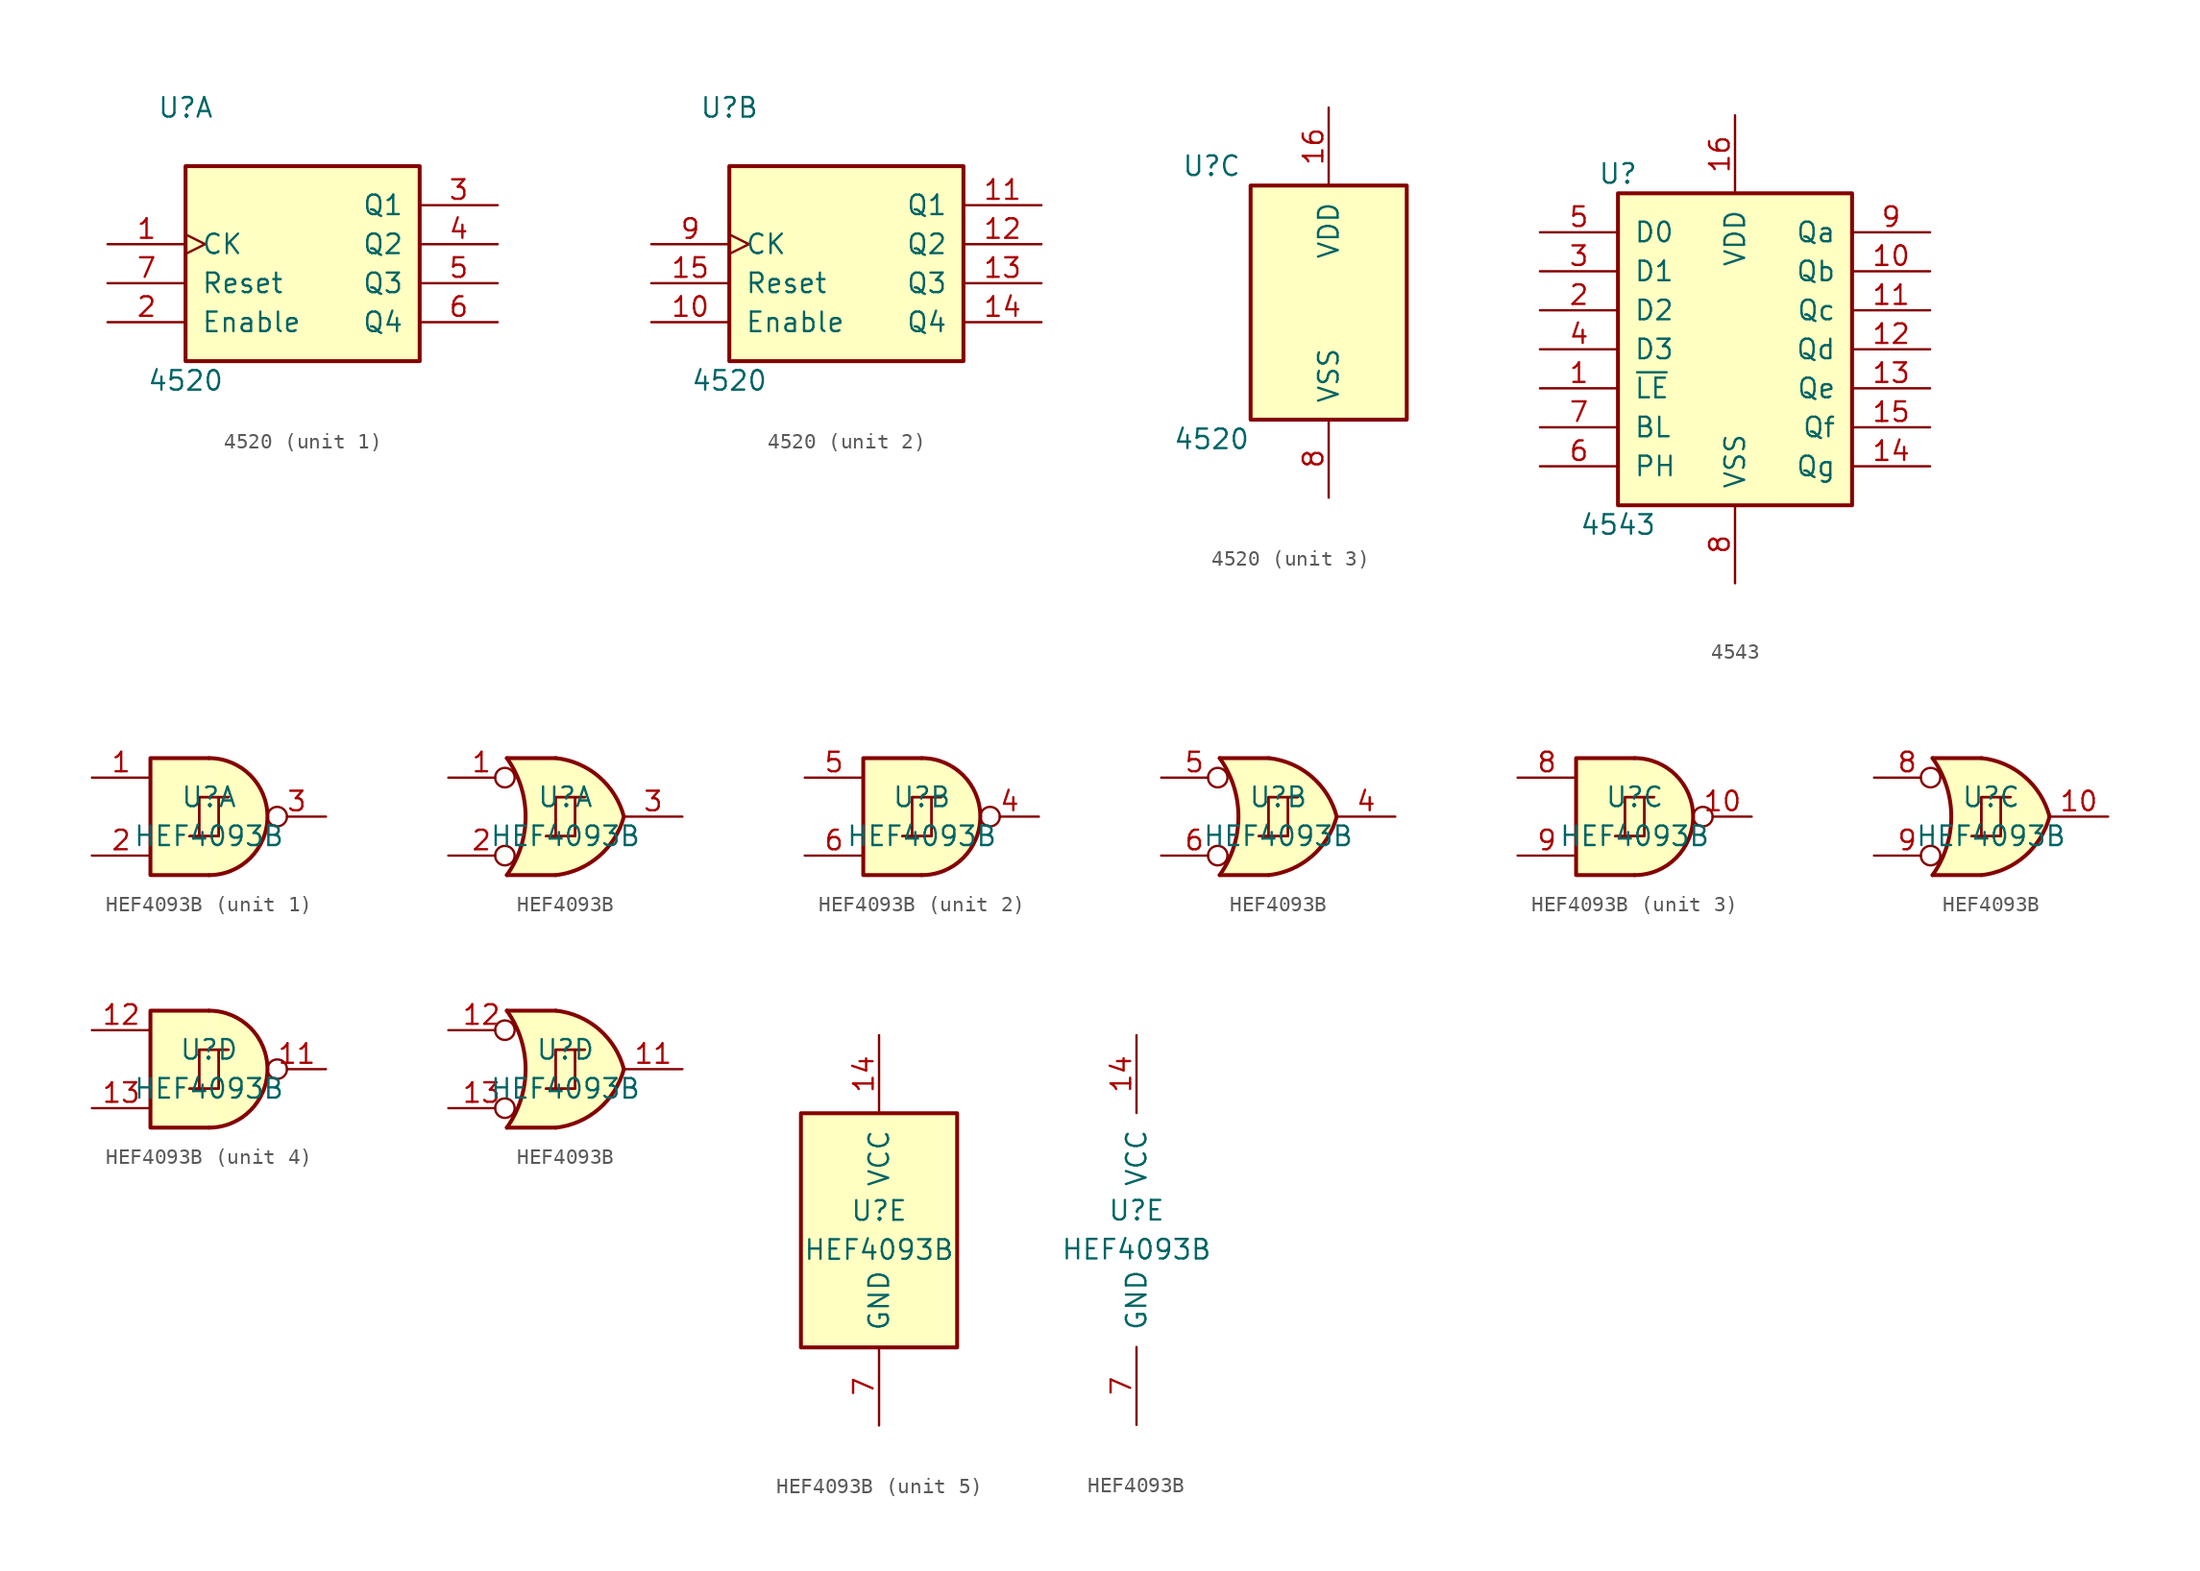
<source format=kicad_sym>
(kicad_symbol_lib
  (version 20220914)
  (generator kicad_symbol_editor)
  (symbol "4520"
    (pin_names
      (offset 1.016))
    (property "Reference" "U"
      (at -7.62 8.89 0)
      (effects (font (size 1.27 1.27))))
    (property "Value" "4520"
      (at -7.62 -8.89 0)
      (effects (font (size 1.27 1.27))))
    (property "ki_locked" ""
      (at 0 0 0)
      (effects (font (size 1.27 1.27))))
    (symbol "4520_1_0"
      (pin input clock (at -12.7 0 0) (length 5.08) (name "CK" (effects (font (size 1.27 1.27)))) (number "1" (effects (font (size 1.27 1.27)))))
      (pin input line (at -12.7 -5.08 0) (length 5.08) (name "Enable" (effects (font (size 1.27 1.27)))) (number "2" (effects (font (size 1.27 1.27)))))
      (pin output line (at 12.7 2.54 180) (length 5.08) (name "Q1" (effects (font (size 1.27 1.27)))) (number "3" (effects (font (size 1.27 1.27)))))
      (pin output line (at 12.7 0 180) (length 5.08) (name "Q2" (effects (font (size 1.27 1.27)))) (number "4" (effects (font (size 1.27 1.27)))))
      (pin output line (at 12.7 -2.54 180) (length 5.08) (name "Q3" (effects (font (size 1.27 1.27)))) (number "5" (effects (font (size 1.27 1.27)))))
      (pin output line (at 12.7 -5.08 180) (length 5.08) (name "Q4" (effects (font (size 1.27 1.27)))) (number "6" (effects (font (size 1.27 1.27)))))
      (pin input line (at -12.7 -2.54 0) (length 5.08) (name "Reset" (effects (font (size 1.27 1.27)))) (number "7" (effects (font (size 1.27 1.27))))))
    (symbol "4520_1_1"
      (rectangle (start -7.62 5.08) (end 7.62 -7.62) (stroke (width 0.254) (type default)) (fill (type background))))
    (symbol "4520_2_0"
      (pin input line (at -12.7 -5.08 0) (length 5.08) (name "Enable" (effects (font (size 1.27 1.27)))) (number "10" (effects (font (size 1.27 1.27)))))
      (pin output line (at 12.7 2.54 180) (length 5.08) (name "Q1" (effects (font (size 1.27 1.27)))) (number "11" (effects (font (size 1.27 1.27)))))
      (pin output line (at 12.7 0 180) (length 5.08) (name "Q2" (effects (font (size 1.27 1.27)))) (number "12" (effects (font (size 1.27 1.27)))))
      (pin output line (at 12.7 -2.54 180) (length 5.08) (name "Q3" (effects (font (size 1.27 1.27)))) (number "13" (effects (font (size 1.27 1.27)))))
      (pin output line (at 12.7 -5.08 180) (length 5.08) (name "Q4" (effects (font (size 1.27 1.27)))) (number "14" (effects (font (size 1.27 1.27)))))
      (pin input line (at -12.7 -2.54 0) (length 5.08) (name "Reset" (effects (font (size 1.27 1.27)))) (number "15" (effects (font (size 1.27 1.27)))))
      (pin input clock (at -12.7 0 0) (length 5.08) (name "CK" (effects (font (size 1.27 1.27)))) (number "9" (effects (font (size 1.27 1.27))))))
    (symbol "4520_2_1"
      (rectangle (start -7.62 5.08) (end 7.62 -7.62) (stroke (width 0.254) (type default)) (fill (type background))))
    (symbol "4520_3_0"
      (pin power_in line (at 0 12.7 270) (length 5.08) (name "VDD" (effects (font (size 1.27 1.27)))) (number "16" (effects (font (size 1.27 1.27)))))
      (pin power_in line (at 0 -12.7 90) (length 5.08) (name "VSS" (effects (font (size 1.27 1.27)))) (number "8" (effects (font (size 1.27 1.27))))))
    (symbol "4520_3_1"
      (rectangle (start -5.08 7.62) (end 5.08 -7.62) (stroke (width 0.254) (type default)) (fill (type background)))))
  (symbol "4543"
    (pin_names
      (offset 1.016))
    (property "Reference" "U"
      (at -7.62 11.43 0)
      (effects (font (size 1.27 1.27))))
    (property "Value" "4543"
      (at -7.62 -11.43 0)
      (effects (font (size 1.27 1.27))))
    (property "ki_locked" ""
      (at 0 0 0)
      (effects (font (size 1.27 1.27))))
    (symbol "4543_1_0"
      (pin input line (at -12.7 -2.54 0) (length 5.08) (name "~{LE}" (effects (font (size 1.27 1.27)))) (number "1" (effects (font (size 1.27 1.27)))))
      (pin output line (at 12.7 5.08 180) (length 5.08) (name "Qb" (effects (font (size 1.27 1.27)))) (number "10" (effects (font (size 1.27 1.27)))))
      (pin output line (at 12.7 2.54 180) (length 5.08) (name "Qc" (effects (font (size 1.27 1.27)))) (number "11" (effects (font (size 1.27 1.27)))))
      (pin output line (at 12.7 0 180) (length 5.08) (name "Qd" (effects (font (size 1.27 1.27)))) (number "12" (effects (font (size 1.27 1.27)))))
      (pin output line (at 12.7 -2.54 180) (length 5.08) (name "Qe" (effects (font (size 1.27 1.27)))) (number "13" (effects (font (size 1.27 1.27)))))
      (pin output line (at 12.7 -7.62 180) (length 5.08) (name "Qg" (effects (font (size 1.27 1.27)))) (number "14" (effects (font (size 1.27 1.27)))))
      (pin output line (at 12.7 -5.08 180) (length 5.08) (name "Qf" (effects (font (size 1.27 1.27)))) (number "15" (effects (font (size 1.27 1.27)))))
      (pin power_in line (at 0 15.24 270) (length 5.08) (name "VDD" (effects (font (size 1.27 1.27)))) (number "16" (effects (font (size 1.27 1.27)))))
      (pin input line (at -12.7 2.54 0) (length 5.08) (name "D2" (effects (font (size 1.27 1.27)))) (number "2" (effects (font (size 1.27 1.27)))))
      (pin input line (at -12.7 5.08 0) (length 5.08) (name "D1" (effects (font (size 1.27 1.27)))) (number "3" (effects (font (size 1.27 1.27)))))
      (pin input line (at -12.7 0 0) (length 5.08) (name "D3" (effects (font (size 1.27 1.27)))) (number "4" (effects (font (size 1.27 1.27)))))
      (pin input line (at -12.7 7.62 0) (length 5.08) (name "D0" (effects (font (size 1.27 1.27)))) (number "5" (effects (font (size 1.27 1.27)))))
      (pin input line (at -12.7 -7.62 0) (length 5.08) (name "PH" (effects (font (size 1.27 1.27)))) (number "6" (effects (font (size 1.27 1.27)))))
      (pin input line (at -12.7 -5.08 0) (length 5.08) (name "BL" (effects (font (size 1.27 1.27)))) (number "7" (effects (font (size 1.27 1.27)))))
      (pin power_in line (at 0 -15.24 90) (length 5.08) (name "VSS" (effects (font (size 1.27 1.27)))) (number "8" (effects (font (size 1.27 1.27)))))
      (pin output line (at 12.7 7.62 180) (length 5.08) (name "Qa" (effects (font (size 1.27 1.27)))) (number "9" (effects (font (size 1.27 1.27))))))
    (symbol "4543_1_1"
      (rectangle (start -7.62 10.16) (end 7.62 -10.16) (stroke (width 0.254) (type default)) (fill (type background)))))
  (symbol "HEF4093B"
    (pin_names
      (offset 1.016))
    (property "Reference" "U"
      (at 0 1.27 0)
      (effects (font (size 1.27 1.27))))
    (property "Value" "HEF4093B"
      (at 0 -1.27 0)
      (effects (font (size 1.27 1.27))))
    (property "ki_locked" ""
      (at 0 0 0)
      (effects (font (size 1.27 1.27))))
    (symbol "HEF4093B_1_0"
      (polyline (pts (xy -0.635 -1.27) (xy -0.635 1.27) (xy 0.635 1.27)) (stroke (width 0) (type default)) (fill (type none)))
      (polyline (pts (xy -0.635 -1.27) (xy -0.635 1.27) (xy 0.635 1.27)) (stroke (width 0) (type default)) (fill (type none)))
      (polyline (pts (xy -1.27 -1.27) (xy 0.635 -1.27) (xy 0.635 1.27) (xy 1.27 1.27)) (stroke (width 0) (type default)) (fill (type none)))
      (polyline (pts (xy -1.27 -1.27) (xy 0.635 -1.27) (xy 0.635 1.27) (xy 1.27 1.27)) (stroke (width 0) (type default)) (fill (type none))))
    (symbol "HEF4093B_1_1"
      (arc (start 0 -3.81) (mid 3.7934 0) (end 0 3.81) (stroke (width 0.254) (type default)) (fill (type background)))
      (polyline (pts (xy 0 3.81) (xy -3.81 3.81) (xy -3.81 -3.81) (xy 0 -3.81)) (stroke (width 0.254) (type default)) (fill (type background)))
      (pin input line (at -7.62 2.54 0) (length 3.81) (name "~" (effects (font (size 1.27 1.27)))) (number "1" (effects (font (size 1.27 1.27)))))
      (pin input line (at -7.62 -2.54 0) (length 3.81) (name "~" (effects (font (size 1.27 1.27)))) (number "2" (effects (font (size 1.27 1.27)))))
      (pin output inverted (at 7.62 0 180) (length 3.81) (name "~" (effects (font (size 1.27 1.27)))) (number "3" (effects (font (size 1.27 1.27))))))
    (symbol "HEF4093B_1_2"
      (arc (start -3.81 -3.81) (mid -2.589 0) (end -3.81 3.81) (stroke (width 0.254) (type default)) (fill (type none)))
      (arc (start -0.6096 -3.81) (mid 2.1842 -2.5851) (end 3.81 0) (stroke (width 0.254) (type default)) (fill (type background)))
      (polyline (pts (xy -3.81 -3.81) (xy -0.635 -3.81)) (stroke (width 0.254) (type default)) (fill (type background)))
      (polyline (pts (xy -3.81 3.81) (xy -0.635 3.81)) (stroke (width 0.254) (type default)) (fill (type background)))
      (polyline (pts (xy -0.635 3.81) (xy -3.81 3.81) (xy -3.81 3.81) (xy -3.556 3.404) (xy -3.023 2.261) (xy -2.692 1.041) (xy -2.616 -0.254) (xy -2.769 -1.499) (xy -3.175 -2.718) (xy -3.81 -3.81) (xy -3.81 -3.81) (xy -0.635 -3.81)) (stroke (width -25.4) (type default)) (fill (type background)))
      (arc (start 3.81 0) (mid 2.1915 2.5936) (end -0.6096 3.81) (stroke (width 0.254) (type default)) (fill (type background)))
      (pin input inverted (at -7.62 2.54 0) (length 4.318) (name "~" (effects (font (size 1.27 1.27)))) (number "1" (effects (font (size 1.27 1.27)))))
      (pin input inverted (at -7.62 -2.54 0) (length 4.318) (name "~" (effects (font (size 1.27 1.27)))) (number "2" (effects (font (size 1.27 1.27)))))
      (pin output line (at 7.62 0 180) (length 3.81) (name "~" (effects (font (size 1.27 1.27)))) (number "3" (effects (font (size 1.27 1.27))))))
    (symbol "HEF4093B_2_0"
      (polyline (pts (xy -0.635 -1.27) (xy -0.635 1.27) (xy 0.635 1.27)) (stroke (width 0) (type default)) (fill (type none)))
      (polyline (pts (xy -0.635 -1.27) (xy -0.635 1.27) (xy 0.635 1.27)) (stroke (width 0) (type default)) (fill (type none)))
      (polyline (pts (xy -1.27 -1.27) (xy 0.635 -1.27) (xy 0.635 1.27) (xy 1.27 1.27)) (stroke (width 0) (type default)) (fill (type none)))
      (polyline (pts (xy -1.27 -1.27) (xy 0.635 -1.27) (xy 0.635 1.27) (xy 1.27 1.27)) (stroke (width 0) (type default)) (fill (type none))))
    (symbol "HEF4093B_2_1"
      (arc (start 0 -3.81) (mid 3.7934 0) (end 0 3.81) (stroke (width 0.254) (type default)) (fill (type background)))
      (polyline (pts (xy 0 3.81) (xy -3.81 3.81) (xy -3.81 -3.81) (xy 0 -3.81)) (stroke (width 0.254) (type default)) (fill (type background)))
      (pin output inverted (at 7.62 0 180) (length 3.81) (name "~" (effects (font (size 1.27 1.27)))) (number "4" (effects (font (size 1.27 1.27)))))
      (pin input line (at -7.62 2.54 0) (length 3.81) (name "~" (effects (font (size 1.27 1.27)))) (number "5" (effects (font (size 1.27 1.27)))))
      (pin input line (at -7.62 -2.54 0) (length 3.81) (name "~" (effects (font (size 1.27 1.27)))) (number "6" (effects (font (size 1.27 1.27))))))
    (symbol "HEF4093B_2_2"
      (arc (start -3.81 -3.81) (mid -2.589 0) (end -3.81 3.81) (stroke (width 0.254) (type default)) (fill (type none)))
      (arc (start -0.6096 -3.81) (mid 2.1842 -2.5851) (end 3.81 0) (stroke (width 0.254) (type default)) (fill (type background)))
      (polyline (pts (xy -3.81 -3.81) (xy -0.635 -3.81)) (stroke (width 0.254) (type default)) (fill (type background)))
      (polyline (pts (xy -3.81 3.81) (xy -0.635 3.81)) (stroke (width 0.254) (type default)) (fill (type background)))
      (polyline (pts (xy -0.635 3.81) (xy -3.81 3.81) (xy -3.81 3.81) (xy -3.556 3.404) (xy -3.023 2.261) (xy -2.692 1.041) (xy -2.616 -0.254) (xy -2.769 -1.499) (xy -3.175 -2.718) (xy -3.81 -3.81) (xy -3.81 -3.81) (xy -0.635 -3.81)) (stroke (width -25.4) (type default)) (fill (type background)))
      (arc (start 3.81 0) (mid 2.1915 2.5936) (end -0.6096 3.81) (stroke (width 0.254) (type default)) (fill (type background)))
      (pin output line (at 7.62 0 180) (length 3.81) (name "~" (effects (font (size 1.27 1.27)))) (number "4" (effects (font (size 1.27 1.27)))))
      (pin input inverted (at -7.62 2.54 0) (length 4.318) (name "~" (effects (font (size 1.27 1.27)))) (number "5" (effects (font (size 1.27 1.27)))))
      (pin input inverted (at -7.62 -2.54 0) (length 4.318) (name "~" (effects (font (size 1.27 1.27)))) (number "6" (effects (font (size 1.27 1.27))))))
    (symbol "HEF4093B_3_0"
      (polyline (pts (xy -0.635 -1.27) (xy -0.635 1.27) (xy 0.635 1.27)) (stroke (width 0) (type default)) (fill (type none)))
      (polyline (pts (xy -0.635 -1.27) (xy -0.635 1.27) (xy 0.635 1.27)) (stroke (width 0) (type default)) (fill (type none)))
      (polyline (pts (xy -1.27 -1.27) (xy 0.635 -1.27) (xy 0.635 1.27) (xy 1.27 1.27)) (stroke (width 0) (type default)) (fill (type none)))
      (polyline (pts (xy -1.27 -1.27) (xy 0.635 -1.27) (xy 0.635 1.27) (xy 1.27 1.27)) (stroke (width 0) (type default)) (fill (type none))))
    (symbol "HEF4093B_3_1"
      (arc (start 0 -3.81) (mid 3.7934 0) (end 0 3.81) (stroke (width 0.254) (type default)) (fill (type background)))
      (polyline (pts (xy 0 3.81) (xy -3.81 3.81) (xy -3.81 -3.81) (xy 0 -3.81)) (stroke (width 0.254) (type default)) (fill (type background)))
      (pin output inverted (at 7.62 0 180) (length 3.81) (name "~" (effects (font (size 1.27 1.27)))) (number "10" (effects (font (size 1.27 1.27)))))
      (pin input line (at -7.62 2.54 0) (length 3.81) (name "~" (effects (font (size 1.27 1.27)))) (number "8" (effects (font (size 1.27 1.27)))))
      (pin input line (at -7.62 -2.54 0) (length 3.81) (name "~" (effects (font (size 1.27 1.27)))) (number "9" (effects (font (size 1.27 1.27))))))
    (symbol "HEF4093B_3_2"
      (arc (start -3.81 -3.81) (mid -2.589 0) (end -3.81 3.81) (stroke (width 0.254) (type default)) (fill (type none)))
      (arc (start -0.6096 -3.81) (mid 2.1842 -2.5851) (end 3.81 0) (stroke (width 0.254) (type default)) (fill (type background)))
      (polyline (pts (xy -3.81 -3.81) (xy -0.635 -3.81)) (stroke (width 0.254) (type default)) (fill (type background)))
      (polyline (pts (xy -3.81 3.81) (xy -0.635 3.81)) (stroke (width 0.254) (type default)) (fill (type background)))
      (polyline (pts (xy -0.635 3.81) (xy -3.81 3.81) (xy -3.81 3.81) (xy -3.556 3.404) (xy -3.023 2.261) (xy -2.692 1.041) (xy -2.616 -0.254) (xy -2.769 -1.499) (xy -3.175 -2.718) (xy -3.81 -3.81) (xy -3.81 -3.81) (xy -0.635 -3.81)) (stroke (width -25.4) (type default)) (fill (type background)))
      (arc (start 3.81 0) (mid 2.1915 2.5936) (end -0.6096 3.81) (stroke (width 0.254) (type default)) (fill (type background)))
      (pin output line (at 7.62 0 180) (length 3.81) (name "~" (effects (font (size 1.27 1.27)))) (number "10" (effects (font (size 1.27 1.27)))))
      (pin input inverted (at -7.62 2.54 0) (length 4.318) (name "~" (effects (font (size 1.27 1.27)))) (number "8" (effects (font (size 1.27 1.27)))))
      (pin input inverted (at -7.62 -2.54 0) (length 4.318) (name "~" (effects (font (size 1.27 1.27)))) (number "9" (effects (font (size 1.27 1.27))))))
    (symbol "HEF4093B_4_0"
      (polyline (pts (xy -0.635 -1.27) (xy -0.635 1.27) (xy 0.635 1.27)) (stroke (width 0) (type default)) (fill (type none)))
      (polyline (pts (xy -0.635 -1.27) (xy -0.635 1.27) (xy 0.635 1.27)) (stroke (width 0) (type default)) (fill (type none)))
      (polyline (pts (xy -1.27 -1.27) (xy 0.635 -1.27) (xy 0.635 1.27) (xy 1.27 1.27)) (stroke (width 0) (type default)) (fill (type none)))
      (polyline (pts (xy -1.27 -1.27) (xy 0.635 -1.27) (xy 0.635 1.27) (xy 1.27 1.27)) (stroke (width 0) (type default)) (fill (type none))))
    (symbol "HEF4093B_4_1"
      (arc (start 0 -3.81) (mid 3.7934 0) (end 0 3.81) (stroke (width 0.254) (type default)) (fill (type background)))
      (polyline (pts (xy 0 3.81) (xy -3.81 3.81) (xy -3.81 -3.81) (xy 0 -3.81)) (stroke (width 0.254) (type default)) (fill (type background)))
      (pin output inverted (at 7.62 0 180) (length 3.81) (name "~" (effects (font (size 1.27 1.27)))) (number "11" (effects (font (size 1.27 1.27)))))
      (pin input line (at -7.62 2.54 0) (length 3.81) (name "~" (effects (font (size 1.27 1.27)))) (number "12" (effects (font (size 1.27 1.27)))))
      (pin input line (at -7.62 -2.54 0) (length 3.81) (name "~" (effects (font (size 1.27 1.27)))) (number "13" (effects (font (size 1.27 1.27))))))
    (symbol "HEF4093B_4_2"
      (arc (start -3.81 -3.81) (mid -2.589 0) (end -3.81 3.81) (stroke (width 0.254) (type default)) (fill (type none)))
      (arc (start -0.6096 -3.81) (mid 2.1842 -2.5851) (end 3.81 0) (stroke (width 0.254) (type default)) (fill (type background)))
      (polyline (pts (xy -3.81 -3.81) (xy -0.635 -3.81)) (stroke (width 0.254) (type default)) (fill (type background)))
      (polyline (pts (xy -3.81 3.81) (xy -0.635 3.81)) (stroke (width 0.254) (type default)) (fill (type background)))
      (polyline (pts (xy -0.635 3.81) (xy -3.81 3.81) (xy -3.81 3.81) (xy -3.556 3.404) (xy -3.023 2.261) (xy -2.692 1.041) (xy -2.616 -0.254) (xy -2.769 -1.499) (xy -3.175 -2.718) (xy -3.81 -3.81) (xy -3.81 -3.81) (xy -0.635 -3.81)) (stroke (width -25.4) (type default)) (fill (type background)))
      (arc (start 3.81 0) (mid 2.1915 2.5936) (end -0.6096 3.81) (stroke (width 0.254) (type default)) (fill (type background)))
      (pin output line (at 7.62 0 180) (length 3.81) (name "~" (effects (font (size 1.27 1.27)))) (number "11" (effects (font (size 1.27 1.27)))))
      (pin input inverted (at -7.62 2.54 0) (length 4.318) (name "~" (effects (font (size 1.27 1.27)))) (number "12" (effects (font (size 1.27 1.27)))))
      (pin input inverted (at -7.62 -2.54 0) (length 4.318) (name "~" (effects (font (size 1.27 1.27)))) (number "13" (effects (font (size 1.27 1.27))))))
    (symbol "HEF4093B_5_0"
      (pin power_in line (at 0 12.7 270) (length 5.08) (name "VCC" (effects (font (size 1.27 1.27)))) (number "14" (effects (font (size 1.27 1.27)))))
      (pin power_in line (at 0 -12.7 90) (length 5.08) (name "GND" (effects (font (size 1.27 1.27)))) (number "7" (effects (font (size 1.27 1.27))))))
    (symbol "HEF4093B_5_1"
      (rectangle (start -5.08 7.62) (end 5.08 -7.62) (stroke (width 0.254) (type default)) (fill (type background))))))
</source>
